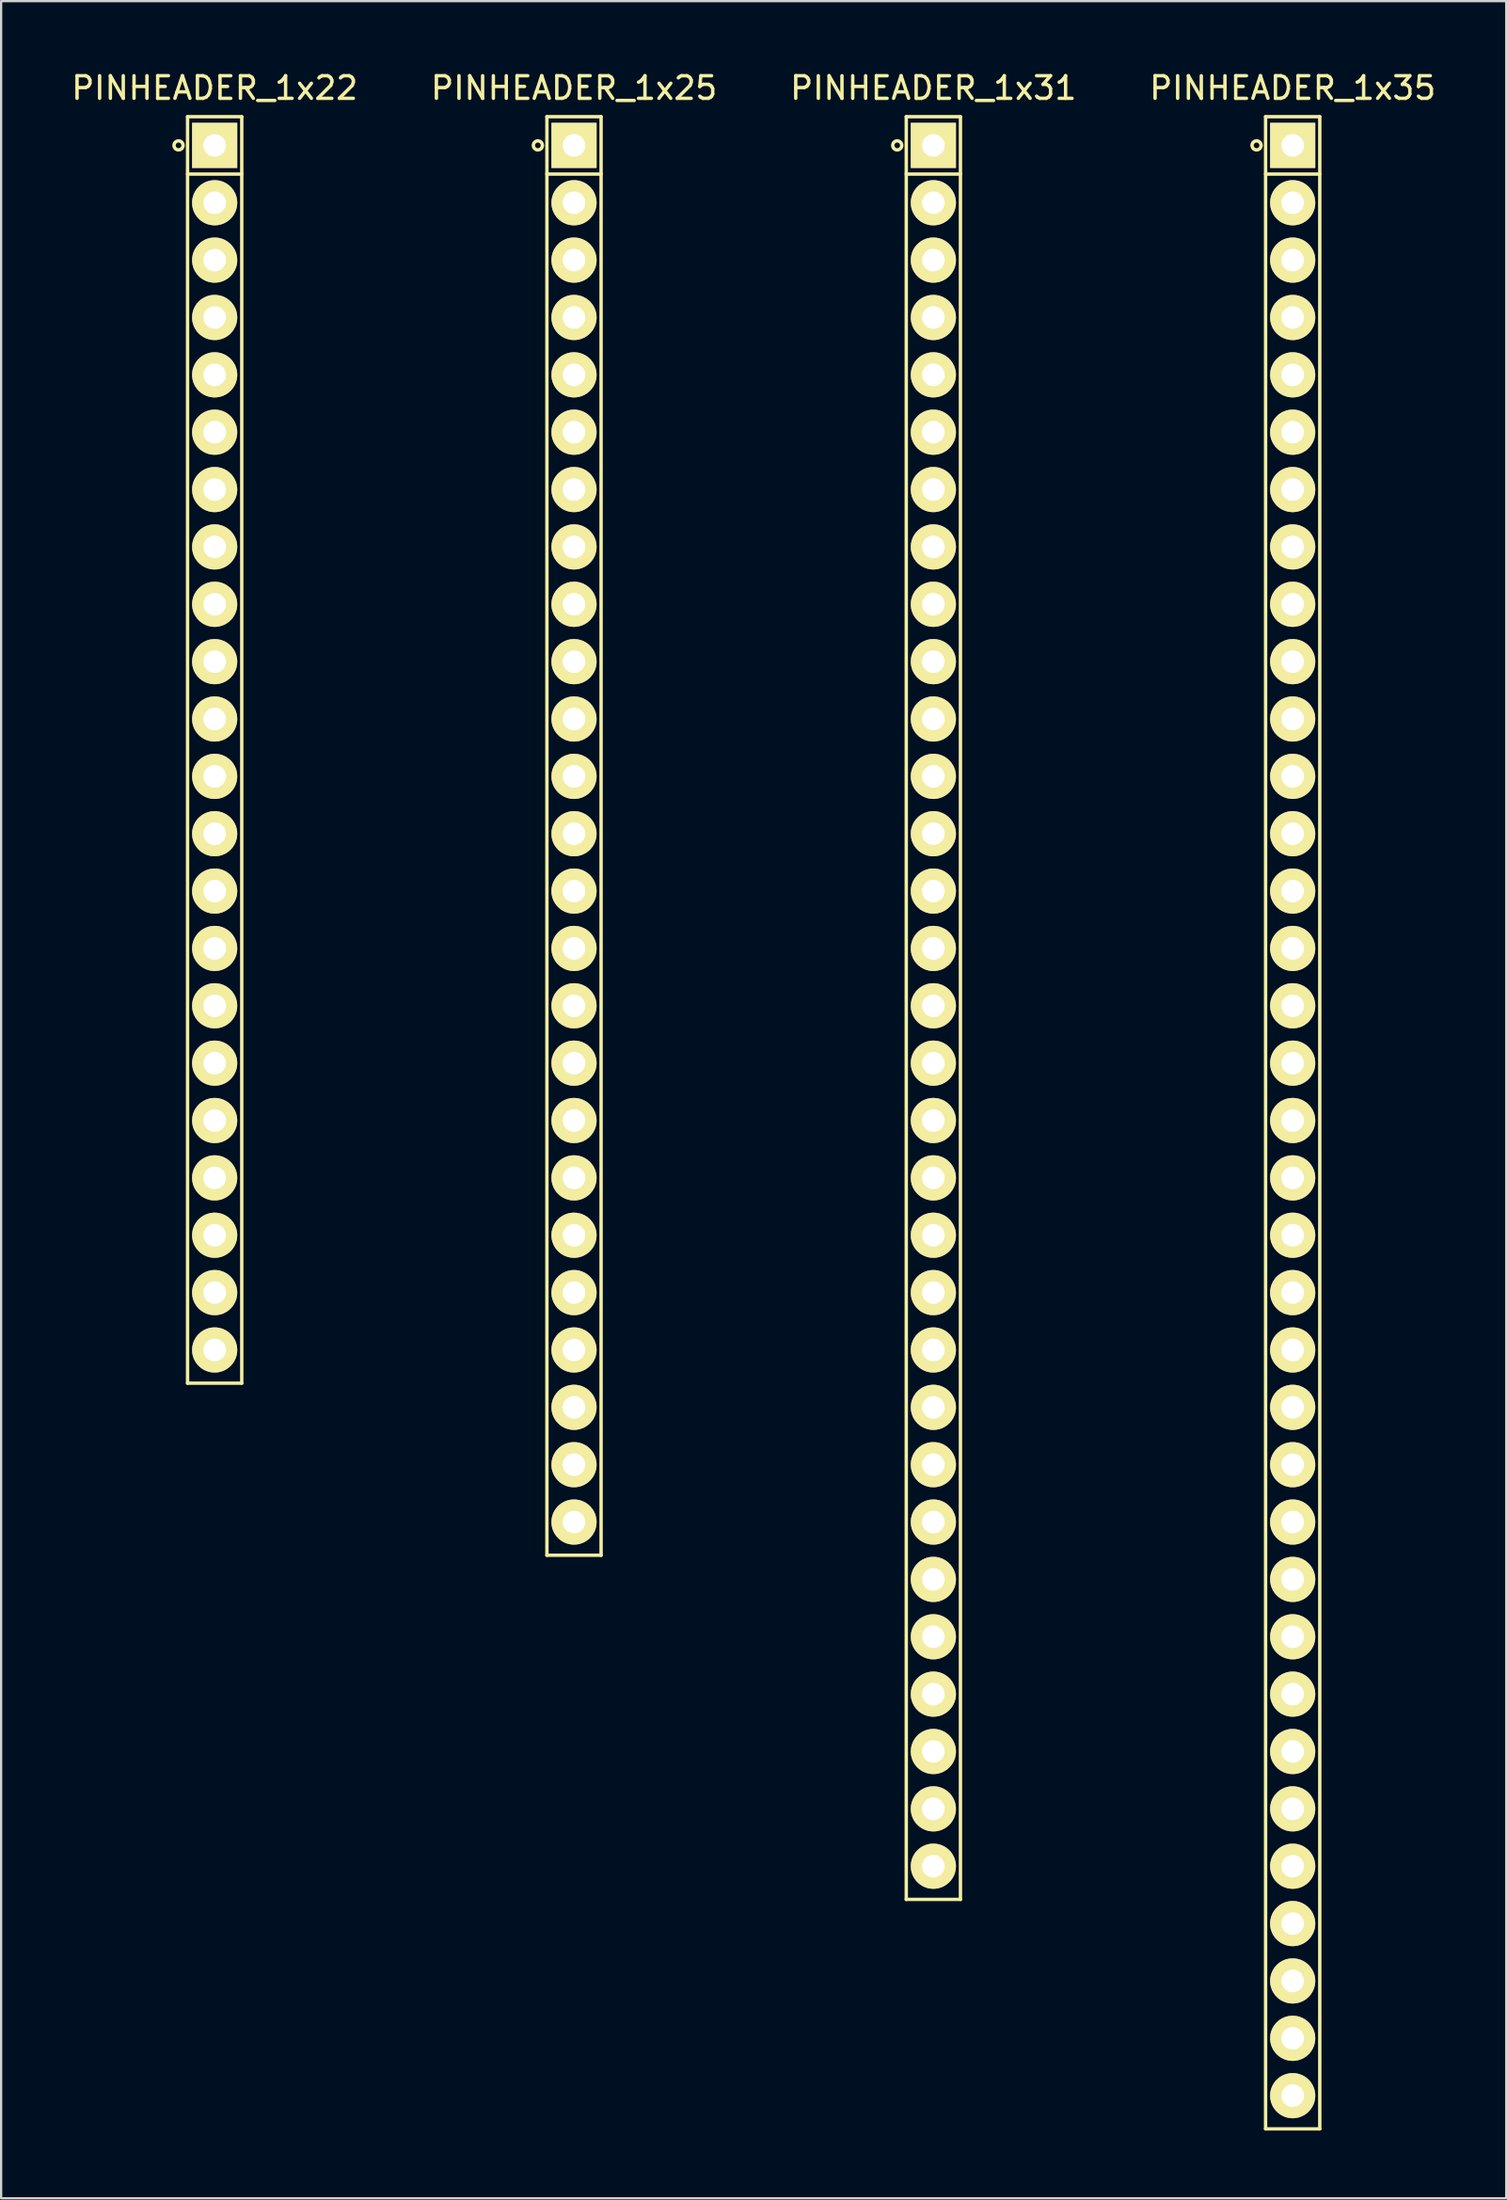
<source format=kicad_pcb>
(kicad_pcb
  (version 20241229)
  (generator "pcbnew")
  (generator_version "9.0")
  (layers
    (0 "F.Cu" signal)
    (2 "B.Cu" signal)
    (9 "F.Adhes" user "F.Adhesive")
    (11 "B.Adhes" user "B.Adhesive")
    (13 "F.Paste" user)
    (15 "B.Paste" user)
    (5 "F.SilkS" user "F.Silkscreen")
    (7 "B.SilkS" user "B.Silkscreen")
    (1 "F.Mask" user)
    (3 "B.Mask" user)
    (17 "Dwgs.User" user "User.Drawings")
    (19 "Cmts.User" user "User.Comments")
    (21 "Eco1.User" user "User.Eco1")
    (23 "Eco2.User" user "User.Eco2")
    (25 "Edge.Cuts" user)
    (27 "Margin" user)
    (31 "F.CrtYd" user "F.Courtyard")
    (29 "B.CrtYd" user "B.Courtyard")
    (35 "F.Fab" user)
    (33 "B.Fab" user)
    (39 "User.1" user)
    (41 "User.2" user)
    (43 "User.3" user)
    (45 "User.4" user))
  (footprint "PINHEADER_1x31"
    (layer "F.Cu")
    (at 38.292 3.388)
    (property "Reference" "PINHEADER_1x31" (at 0 -2.54 0) (layer "F.SilkS") (effects (font (size 1 1) (thickness 0.15))))
    (attr through_hole)
    (fp_line (start -1.2 -1.27) (end 1.2 -1.27) (stroke (width 0.15) (type solid)) (layer "F.SilkS"))
    (fp_line (start -1.2 1.27) (end 1.2 1.27) (stroke (width 0.15) (type solid)) (layer "F.SilkS"))
    (fp_line (start -1.2 77.67) (end -1.2 -1.27) (stroke (width 0.15) (type solid)) (layer "F.SilkS"))
    (fp_line (start 1.2 -1.27) (end 1.2 77.67) (stroke (width 0.15) (type solid)) (layer "F.SilkS"))
    (fp_line (start 1.2 77.67) (end -1.2 77.67) (stroke (width 0.15) (type solid)) (layer "F.SilkS"))
    (fp_circle (center -1.6 0) (end -1.6 0.2) (stroke (width 0.15) (type solid)) (fill no) (layer "F.SilkS"))
    (pad "1" thru_hole rect (at 0 0) (size 2 2) (drill 1) (layers "*.Cu" "*.Mask" "F.SilkS"))
    (pad "2" thru_hole circle (at 0 2.54) (size 2 2) (drill 1) (layers "*.Cu" "*.Mask" "F.SilkS"))
    (pad "3" thru_hole circle (at 0 5.08) (size 2 2) (drill 1) (layers "*.Cu" "*.Mask" "F.SilkS"))
    (pad "4" thru_hole circle (at 0 7.62) (size 2 2) (drill 1) (layers "*.Cu" "*.Mask" "F.SilkS"))
    (pad "5" thru_hole circle (at 0 10.16) (size 2 2) (drill 1) (layers "*.Cu" "*.Mask" "F.SilkS"))
    (pad "6" thru_hole circle (at 0 12.7) (size 2 2) (drill 1) (layers "*.Cu" "*.Mask" "F.SilkS"))
    (pad "7" thru_hole circle (at 0 15.24) (size 2 2) (drill 1) (layers "*.Cu" "*.Mask" "F.SilkS"))
    (pad "8" thru_hole circle (at 0 17.78) (size 2 2) (drill 1) (layers "*.Cu" "*.Mask" "F.SilkS"))
    (pad "9" thru_hole circle (at 0 20.32) (size 2 2) (drill 1) (layers "*.Cu" "*.Mask" "F.SilkS"))
    (pad "10" thru_hole circle (at 0 22.86) (size 2 2) (drill 1) (layers "*.Cu" "*.Mask" "F.SilkS"))
    (pad "11" thru_hole circle (at 0 25.4) (size 2 2) (drill 1) (layers "*.Cu" "*.Mask" "F.SilkS"))
    (pad "12" thru_hole circle (at 0 27.94) (size 2 2) (drill 1) (layers "*.Cu" "*.Mask" "F.SilkS"))
    (pad "13" thru_hole circle (at 0 30.48) (size 2 2) (drill 1) (layers "*.Cu" "*.Mask" "F.SilkS"))
    (pad "14" thru_hole circle (at 0 33.02) (size 2 2) (drill 1) (layers "*.Cu" "*.Mask" "F.SilkS"))
    (pad "15" thru_hole circle (at 0 35.56) (size 2 2) (drill 1) (layers "*.Cu" "*.Mask" "F.SilkS"))
    (pad "16" thru_hole circle (at 0 38.1) (size 2 2) (drill 1) (layers "*.Cu" "*.Mask" "F.SilkS"))
    (pad "17" thru_hole circle (at 0 40.64) (size 2 2) (drill 1) (layers "*.Cu" "*.Mask" "F.SilkS"))
    (pad "18" thru_hole circle (at 0 43.18) (size 2 2) (drill 1) (layers "*.Cu" "*.Mask" "F.SilkS"))
    (pad "19" thru_hole circle (at 0 45.72) (size 2 2) (drill 1) (layers "*.Cu" "*.Mask" "F.SilkS"))
    (pad "20" thru_hole circle (at 0 48.26) (size 2 2) (drill 1) (layers "*.Cu" "*.Mask" "F.SilkS"))
    (pad "21" thru_hole circle (at 0 50.8) (size 2 2) (drill 1) (layers "*.Cu" "*.Mask" "F.SilkS"))
    (pad "22" thru_hole circle (at 0 53.34) (size 2 2) (drill 1) (layers "*.Cu" "*.Mask" "F.SilkS"))
    (pad "23" thru_hole circle (at 0 55.88) (size 2 2) (drill 1) (layers "*.Cu" "*.Mask" "F.SilkS"))
    (pad "24" thru_hole circle (at 0 58.42) (size 2 2) (drill 1) (layers "*.Cu" "*.Mask" "F.SilkS"))
    (pad "25" thru_hole circle (at 0 60.96) (size 2 2) (drill 1) (layers "*.Cu" "*.Mask" "F.SilkS"))
    (pad "26" thru_hole circle (at 0 63.5) (size 2 2) (drill 1) (layers "*.Cu" "*.Mask" "F.SilkS"))
    (pad "27" thru_hole circle (at 0 66.04) (size 2 2) (drill 1) (layers "*.Cu" "*.Mask" "F.SilkS"))
    (pad "28" thru_hole circle (at 0 68.58) (size 2 2) (drill 1) (layers "*.Cu" "*.Mask" "F.SilkS"))
    (pad "29" thru_hole circle (at 0 71.12) (size 2 2) (drill 1) (layers "*.Cu" "*.Mask" "F.SilkS"))
    (pad "30" thru_hole circle (at 0 73.66) (size 2 2) (drill 1) (layers "*.Cu" "*.Mask" "F.SilkS"))
    (pad "31" thru_hole circle (at 0 76.2) (size 2 2) (drill 1) (layers "*.Cu" "*.Mask" "F.SilkS")))
  (footprint "PINHEADER_1x22"
    (layer "F.Cu")
    (at 6.458 3.388)
    (property "Reference" "PINHEADER_1x22" (at 0 -2.54 0) (layer "F.SilkS") (effects (font (size 1 1) (thickness 0.15))))
    (attr through_hole)
    (fp_line (start -1.2 -1.27) (end 1.2 -1.27) (stroke (width 0.15) (type solid)) (layer "F.SilkS"))
    (fp_line (start -1.2 1.27) (end 1.2 1.27) (stroke (width 0.15) (type solid)) (layer "F.SilkS"))
    (fp_line (start -1.2 54.81) (end -1.2 -1.27) (stroke (width 0.15) (type solid)) (layer "F.SilkS"))
    (fp_line (start 1.2 -1.27) (end 1.2 54.81) (stroke (width 0.15) (type solid)) (layer "F.SilkS"))
    (fp_line (start 1.2 54.81) (end -1.2 54.81) (stroke (width 0.15) (type solid)) (layer "F.SilkS"))
    (fp_circle (center -1.6 0) (end -1.6 0.2) (stroke (width 0.15) (type solid)) (fill no) (layer "F.SilkS"))
    (pad "1" thru_hole rect (at 0 0) (size 2 2) (drill 1) (layers "*.Cu" "*.Mask" "F.SilkS"))
    (pad "2" thru_hole circle (at 0 2.54) (size 2 2) (drill 1) (layers "*.Cu" "*.Mask" "F.SilkS"))
    (pad "3" thru_hole circle (at 0 5.08) (size 2 2) (drill 1) (layers "*.Cu" "*.Mask" "F.SilkS"))
    (pad "4" thru_hole circle (at 0 7.62) (size 2 2) (drill 1) (layers "*.Cu" "*.Mask" "F.SilkS"))
    (pad "5" thru_hole circle (at 0 10.16) (size 2 2) (drill 1) (layers "*.Cu" "*.Mask" "F.SilkS"))
    (pad "6" thru_hole circle (at 0 12.7) (size 2 2) (drill 1) (layers "*.Cu" "*.Mask" "F.SilkS"))
    (pad "7" thru_hole circle (at 0 15.24) (size 2 2) (drill 1) (layers "*.Cu" "*.Mask" "F.SilkS"))
    (pad "8" thru_hole circle (at 0 17.78) (size 2 2) (drill 1) (layers "*.Cu" "*.Mask" "F.SilkS"))
    (pad "9" thru_hole circle (at 0 20.32) (size 2 2) (drill 1) (layers "*.Cu" "*.Mask" "F.SilkS"))
    (pad "10" thru_hole circle (at 0 22.86) (size 2 2) (drill 1) (layers "*.Cu" "*.Mask" "F.SilkS"))
    (pad "11" thru_hole circle (at 0 25.4) (size 2 2) (drill 1) (layers "*.Cu" "*.Mask" "F.SilkS"))
    (pad "12" thru_hole circle (at 0 27.94) (size 2 2) (drill 1) (layers "*.Cu" "*.Mask" "F.SilkS"))
    (pad "13" thru_hole circle (at 0 30.48) (size 2 2) (drill 1) (layers "*.Cu" "*.Mask" "F.SilkS"))
    (pad "14" thru_hole circle (at 0 33.02) (size 2 2) (drill 1) (layers "*.Cu" "*.Mask" "F.SilkS"))
    (pad "15" thru_hole circle (at 0 35.56) (size 2 2) (drill 1) (layers "*.Cu" "*.Mask" "F.SilkS"))
    (pad "16" thru_hole circle (at 0 38.1) (size 2 2) (drill 1) (layers "*.Cu" "*.Mask" "F.SilkS"))
    (pad "17" thru_hole circle (at 0 40.64) (size 2 2) (drill 1) (layers "*.Cu" "*.Mask" "F.SilkS"))
    (pad "18" thru_hole circle (at 0 43.18) (size 2 2) (drill 1) (layers "*.Cu" "*.Mask" "F.SilkS"))
    (pad "19" thru_hole circle (at 0 45.72) (size 2 2) (drill 1) (layers "*.Cu" "*.Mask" "F.SilkS"))
    (pad "20" thru_hole circle (at 0 48.26) (size 2 2) (drill 1) (layers "*.Cu" "*.Mask" "F.SilkS"))
    (pad "21" thru_hole circle (at 0 50.8) (size 2 2) (drill 1) (layers "*.Cu" "*.Mask" "F.SilkS"))
    (pad "22" thru_hole circle (at 0 53.34) (size 2 2) (drill 1) (layers "*.Cu" "*.Mask" "F.SilkS")))
  (footprint "PINHEADER_1x25"
    (layer "F.Cu")
    (at 22.375 3.388)
    (property "Reference" "PINHEADER_1x25" (at 0 -2.54 0) (layer "F.SilkS") (effects (font (size 1 1) (thickness 0.15))))
    (attr through_hole)
    (fp_line (start -1.2 -1.27) (end 1.2 -1.27) (stroke (width 0.15) (type solid)) (layer "F.SilkS"))
    (fp_line (start -1.2 1.27) (end 1.2 1.27) (stroke (width 0.15) (type solid)) (layer "F.SilkS"))
    (fp_line (start -1.2 62.43) (end -1.2 -1.27) (stroke (width 0.15) (type solid)) (layer "F.SilkS"))
    (fp_line (start 1.2 -1.27) (end 1.2 62.43) (stroke (width 0.15) (type solid)) (layer "F.SilkS"))
    (fp_line (start 1.2 62.43) (end -1.2 62.43) (stroke (width 0.15) (type solid)) (layer "F.SilkS"))
    (fp_circle (center -1.6 0) (end -1.6 0.2) (stroke (width 0.15) (type solid)) (fill no) (layer "F.SilkS"))
    (pad "1" thru_hole rect (at 0 0) (size 2 2) (drill 1) (layers "*.Cu" "*.Mask" "F.SilkS"))
    (pad "2" thru_hole circle (at 0 2.54) (size 2 2) (drill 1) (layers "*.Cu" "*.Mask" "F.SilkS"))
    (pad "3" thru_hole circle (at 0 5.08) (size 2 2) (drill 1) (layers "*.Cu" "*.Mask" "F.SilkS"))
    (pad "4" thru_hole circle (at 0 7.62) (size 2 2) (drill 1) (layers "*.Cu" "*.Mask" "F.SilkS"))
    (pad "5" thru_hole circle (at 0 10.16) (size 2 2) (drill 1) (layers "*.Cu" "*.Mask" "F.SilkS"))
    (pad "6" thru_hole circle (at 0 12.7) (size 2 2) (drill 1) (layers "*.Cu" "*.Mask" "F.SilkS"))
    (pad "7" thru_hole circle (at 0 15.24) (size 2 2) (drill 1) (layers "*.Cu" "*.Mask" "F.SilkS"))
    (pad "8" thru_hole circle (at 0 17.78) (size 2 2) (drill 1) (layers "*.Cu" "*.Mask" "F.SilkS"))
    (pad "9" thru_hole circle (at 0 20.32) (size 2 2) (drill 1) (layers "*.Cu" "*.Mask" "F.SilkS"))
    (pad "10" thru_hole circle (at 0 22.86) (size 2 2) (drill 1) (layers "*.Cu" "*.Mask" "F.SilkS"))
    (pad "11" thru_hole circle (at 0 25.4) (size 2 2) (drill 1) (layers "*.Cu" "*.Mask" "F.SilkS"))
    (pad "12" thru_hole circle (at 0 27.94) (size 2 2) (drill 1) (layers "*.Cu" "*.Mask" "F.SilkS"))
    (pad "13" thru_hole circle (at 0 30.48) (size 2 2) (drill 1) (layers "*.Cu" "*.Mask" "F.SilkS"))
    (pad "14" thru_hole circle (at 0 33.02) (size 2 2) (drill 1) (layers "*.Cu" "*.Mask" "F.SilkS"))
    (pad "15" thru_hole circle (at 0 35.56) (size 2 2) (drill 1) (layers "*.Cu" "*.Mask" "F.SilkS"))
    (pad "16" thru_hole circle (at 0 38.1) (size 2 2) (drill 1) (layers "*.Cu" "*.Mask" "F.SilkS"))
    (pad "17" thru_hole circle (at 0 40.64) (size 2 2) (drill 1) (layers "*.Cu" "*.Mask" "F.SilkS"))
    (pad "18" thru_hole circle (at 0 43.18) (size 2 2) (drill 1) (layers "*.Cu" "*.Mask" "F.SilkS"))
    (pad "19" thru_hole circle (at 0 45.72) (size 2 2) (drill 1) (layers "*.Cu" "*.Mask" "F.SilkS"))
    (pad "20" thru_hole circle (at 0 48.26) (size 2 2) (drill 1) (layers "*.Cu" "*.Mask" "F.SilkS"))
    (pad "21" thru_hole circle (at 0 50.8) (size 2 2) (drill 1) (layers "*.Cu" "*.Mask" "F.SilkS"))
    (pad "22" thru_hole circle (at 0 53.34) (size 2 2) (drill 1) (layers "*.Cu" "*.Mask" "F.SilkS"))
    (pad "23" thru_hole circle (at 0 55.88) (size 2 2) (drill 1) (layers "*.Cu" "*.Mask" "F.SilkS"))
    (pad "24" thru_hole circle (at 0 58.42) (size 2 2) (drill 1) (layers "*.Cu" "*.Mask" "F.SilkS"))
    (pad "25" thru_hole circle (at 0 60.96) (size 2 2) (drill 1) (layers "*.Cu" "*.Mask" "F.SilkS")))
  (footprint "PINHEADER_1x35"
    (layer "F.Cu")
    (at 54.208 3.388)
    (property "Reference" "PINHEADER_1x35" (at 0 -2.54 0) (layer "F.SilkS") (effects (font (size 1 1) (thickness 0.15))))
    (attr through_hole)
    (fp_line (start -1.2 -1.27) (end 1.2 -1.27) (stroke (width 0.15) (type solid)) (layer "F.SilkS"))
    (fp_line (start -1.2 1.27) (end 1.2 1.27) (stroke (width 0.15) (type solid)) (layer "F.SilkS"))
    (fp_line (start -1.2 87.83) (end -1.2 -1.27) (stroke (width 0.15) (type solid)) (layer "F.SilkS"))
    (fp_line (start 1.2 -1.27) (end 1.2 87.83) (stroke (width 0.15) (type solid)) (layer "F.SilkS"))
    (fp_line (start 1.2 87.83) (end -1.2 87.83) (stroke (width 0.15) (type solid)) (layer "F.SilkS"))
    (fp_circle (center -1.6 0) (end -1.6 0.2) (stroke (width 0.15) (type solid)) (fill no) (layer "F.SilkS"))
    (pad "1" thru_hole rect (at 0 0) (size 2 2) (drill 1) (layers "*.Cu" "*.Mask" "F.SilkS"))
    (pad "2" thru_hole circle (at 0 2.54) (size 2 2) (drill 1) (layers "*.Cu" "*.Mask" "F.SilkS"))
    (pad "3" thru_hole circle (at 0 5.08) (size 2 2) (drill 1) (layers "*.Cu" "*.Mask" "F.SilkS"))
    (pad "4" thru_hole circle (at 0 7.62) (size 2 2) (drill 1) (layers "*.Cu" "*.Mask" "F.SilkS"))
    (pad "5" thru_hole circle (at 0 10.16) (size 2 2) (drill 1) (layers "*.Cu" "*.Mask" "F.SilkS"))
    (pad "6" thru_hole circle (at 0 12.7) (size 2 2) (drill 1) (layers "*.Cu" "*.Mask" "F.SilkS"))
    (pad "7" thru_hole circle (at 0 15.24) (size 2 2) (drill 1) (layers "*.Cu" "*.Mask" "F.SilkS"))
    (pad "8" thru_hole circle (at 0 17.78) (size 2 2) (drill 1) (layers "*.Cu" "*.Mask" "F.SilkS"))
    (pad "9" thru_hole circle (at 0 20.32) (size 2 2) (drill 1) (layers "*.Cu" "*.Mask" "F.SilkS"))
    (pad "10" thru_hole circle (at 0 22.86) (size 2 2) (drill 1) (layers "*.Cu" "*.Mask" "F.SilkS"))
    (pad "11" thru_hole circle (at 0 25.4) (size 2 2) (drill 1) (layers "*.Cu" "*.Mask" "F.SilkS"))
    (pad "12" thru_hole circle (at 0 27.94) (size 2 2) (drill 1) (layers "*.Cu" "*.Mask" "F.SilkS"))
    (pad "13" thru_hole circle (at 0 30.48) (size 2 2) (drill 1) (layers "*.Cu" "*.Mask" "F.SilkS"))
    (pad "14" thru_hole circle (at 0 33.02) (size 2 2) (drill 1) (layers "*.Cu" "*.Mask" "F.SilkS"))
    (pad "15" thru_hole circle (at 0 35.56) (size 2 2) (drill 1) (layers "*.Cu" "*.Mask" "F.SilkS"))
    (pad "16" thru_hole circle (at 0 38.1) (size 2 2) (drill 1) (layers "*.Cu" "*.Mask" "F.SilkS"))
    (pad "17" thru_hole circle (at 0 40.64) (size 2 2) (drill 1) (layers "*.Cu" "*.Mask" "F.SilkS"))
    (pad "18" thru_hole circle (at 0 43.18) (size 2 2) (drill 1) (layers "*.Cu" "*.Mask" "F.SilkS"))
    (pad "19" thru_hole circle (at 0 45.72) (size 2 2) (drill 1) (layers "*.Cu" "*.Mask" "F.SilkS"))
    (pad "20" thru_hole circle (at 0 48.26) (size 2 2) (drill 1) (layers "*.Cu" "*.Mask" "F.SilkS"))
    (pad "21" thru_hole circle (at 0 50.8) (size 2 2) (drill 1) (layers "*.Cu" "*.Mask" "F.SilkS"))
    (pad "22" thru_hole circle (at 0 53.34) (size 2 2) (drill 1) (layers "*.Cu" "*.Mask" "F.SilkS"))
    (pad "23" thru_hole circle (at 0 55.88) (size 2 2) (drill 1) (layers "*.Cu" "*.Mask" "F.SilkS"))
    (pad "24" thru_hole circle (at 0 58.42) (size 2 2) (drill 1) (layers "*.Cu" "*.Mask" "F.SilkS"))
    (pad "25" thru_hole circle (at 0 60.96) (size 2 2) (drill 1) (layers "*.Cu" "*.Mask" "F.SilkS"))
    (pad "26" thru_hole circle (at 0 63.5) (size 2 2) (drill 1) (layers "*.Cu" "*.Mask" "F.SilkS"))
    (pad "27" thru_hole circle (at 0 66.04) (size 2 2) (drill 1) (layers "*.Cu" "*.Mask" "F.SilkS"))
    (pad "28" thru_hole circle (at 0 68.58) (size 2 2) (drill 1) (layers "*.Cu" "*.Mask" "F.SilkS"))
    (pad "29" thru_hole circle (at 0 71.12) (size 2 2) (drill 1) (layers "*.Cu" "*.Mask" "F.SilkS"))
    (pad "30" thru_hole circle (at 0 73.66) (size 2 2) (drill 1) (layers "*.Cu" "*.Mask" "F.SilkS"))
    (pad "31" thru_hole circle (at 0 76.2) (size 2 2) (drill 1) (layers "*.Cu" "*.Mask" "F.SilkS"))
    (pad "32" thru_hole circle (at 0 78.74) (size 2 2) (drill 1) (layers "*.Cu" "*.Mask" "F.SilkS"))
    (pad "33" thru_hole circle (at 0 81.28) (size 2 2) (drill 1) (layers "*.Cu" "*.Mask" "F.SilkS"))
    (pad "34" thru_hole circle (at 0 83.82) (size 2 2) (drill 1) (layers "*.Cu" "*.Mask" "F.SilkS"))
    (pad "35" thru_hole circle (at 0 86.36) (size 2 2) (drill 1) (layers "*.Cu" "*.Mask" "F.SilkS")))
  (gr_rect
    (start -3 -3)
    (end 63.667 94.293)
    (stroke (width 0.1) (type default))
    (fill no)
    (layer "Edge.Cuts")))
</source>
